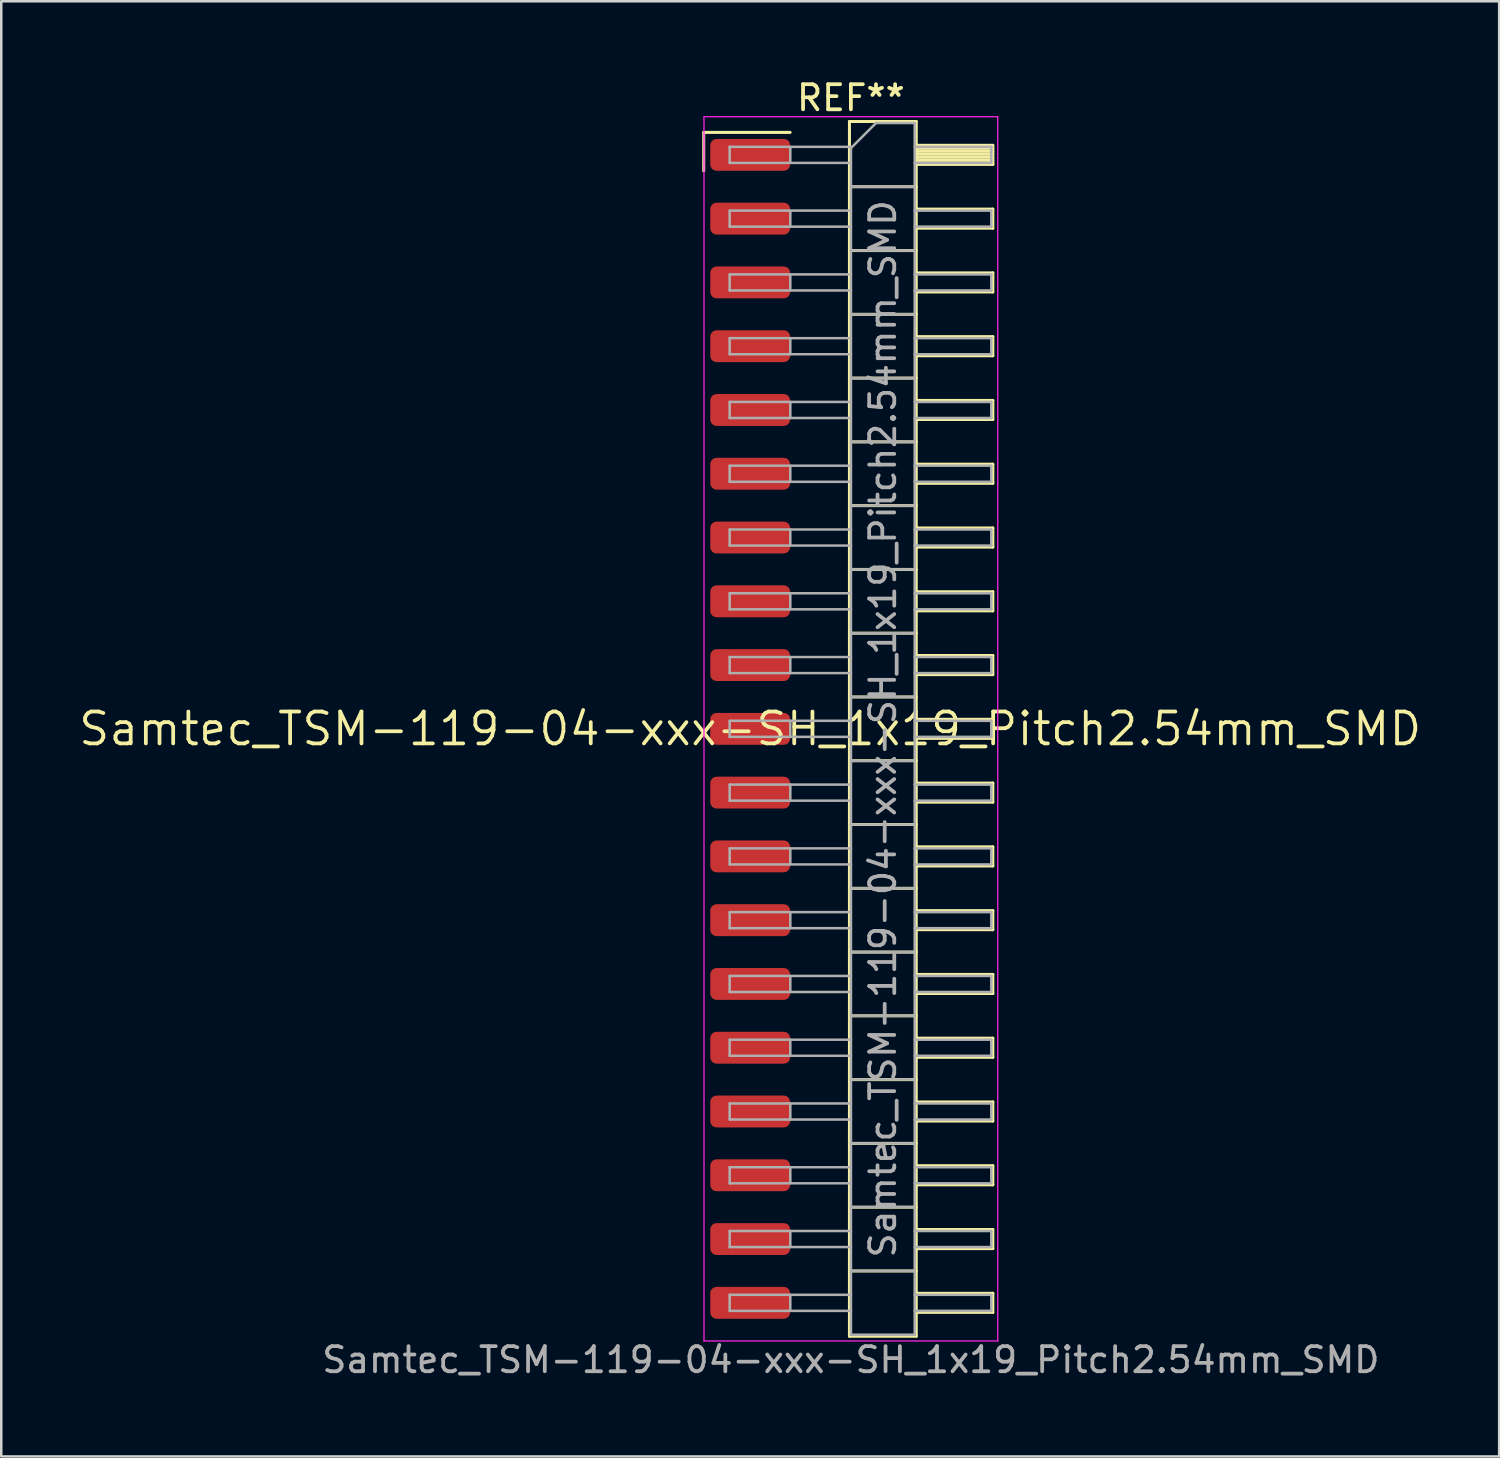
<source format=kicad_pcb>
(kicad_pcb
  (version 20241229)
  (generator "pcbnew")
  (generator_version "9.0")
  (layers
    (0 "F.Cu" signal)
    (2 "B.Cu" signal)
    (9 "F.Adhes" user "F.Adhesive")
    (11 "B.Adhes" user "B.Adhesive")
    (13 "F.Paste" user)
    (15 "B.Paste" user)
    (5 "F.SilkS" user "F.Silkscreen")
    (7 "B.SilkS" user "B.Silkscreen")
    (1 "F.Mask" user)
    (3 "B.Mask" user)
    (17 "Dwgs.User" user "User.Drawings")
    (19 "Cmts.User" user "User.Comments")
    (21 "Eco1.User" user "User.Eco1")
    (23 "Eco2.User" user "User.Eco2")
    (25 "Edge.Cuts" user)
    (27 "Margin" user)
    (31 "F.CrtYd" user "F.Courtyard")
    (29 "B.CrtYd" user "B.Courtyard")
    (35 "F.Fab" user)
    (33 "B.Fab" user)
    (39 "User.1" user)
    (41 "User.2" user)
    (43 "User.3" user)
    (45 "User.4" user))
  (footprint "Samtec_TSM-119-04-xxx-SH_1x19_Pitch2.54mm_SMD"
    (layer "F.Cu")
    (at 26.828 25.978)
    (property "Reference" "Samtec_TSM-119-04-xxx-SH_1x19_Pitch2.54mm_SMD" (at 0 0 0) (layer "F.SilkS") (effects (font (size 1.27 1.27) (thickness 0.15))))
    (attr smd)
    (fp_line (start -1.85 -23.755) (end 1.59 -23.755) (stroke (width 0.12) (type solid)) (layer "F.SilkS"))
    (fp_line (start -1.85 -22.225) (end -1.85 -23.755) (stroke (width 0.12) (type solid)) (layer "F.SilkS"))
    (fp_line (start 3.953 -24.19) (end 6.613 -24.19) (stroke (width 0.12) (type solid)) (layer "F.SilkS"))
    (fp_line (start 3.953 -21.59) (end 6.613 -21.59) (stroke (width 0.12) (type solid)) (layer "F.SilkS"))
    (fp_line (start 3.953 -19.05) (end 6.613 -19.05) (stroke (width 0.12) (type solid)) (layer "F.SilkS"))
    (fp_line (start 3.953 -16.51) (end 6.613 -16.51) (stroke (width 0.12) (type solid)) (layer "F.SilkS"))
    (fp_line (start 3.953 -13.97) (end 6.613 -13.97) (stroke (width 0.12) (type solid)) (layer "F.SilkS"))
    (fp_line (start 3.953 -11.43) (end 6.613 -11.43) (stroke (width 0.12) (type solid)) (layer "F.SilkS"))
    (fp_line (start 3.953 -8.89) (end 6.613 -8.89) (stroke (width 0.12) (type solid)) (layer "F.SilkS"))
    (fp_line (start 3.953 -6.35) (end 6.613 -6.35) (stroke (width 0.12) (type solid)) (layer "F.SilkS"))
    (fp_line (start 3.953 -3.81) (end 6.613 -3.81) (stroke (width 0.12) (type solid)) (layer "F.SilkS"))
    (fp_line (start 3.953 -1.27) (end 6.613 -1.27) (stroke (width 0.12) (type solid)) (layer "F.SilkS"))
    (fp_line (start 3.953 1.27) (end 6.613 1.27) (stroke (width 0.12) (type solid)) (layer "F.SilkS"))
    (fp_line (start 3.953 3.81) (end 6.613 3.81) (stroke (width 0.12) (type solid)) (layer "F.SilkS"))
    (fp_line (start 3.953 6.35) (end 6.613 6.35) (stroke (width 0.12) (type solid)) (layer "F.SilkS"))
    (fp_line (start 3.953 8.89) (end 6.613 8.89) (stroke (width 0.12) (type solid)) (layer "F.SilkS"))
    (fp_line (start 3.953 11.43) (end 6.613 11.43) (stroke (width 0.12) (type solid)) (layer "F.SilkS"))
    (fp_line (start 3.953 13.97) (end 6.613 13.97) (stroke (width 0.12) (type solid)) (layer "F.SilkS"))
    (fp_line (start 3.953 16.51) (end 6.613 16.51) (stroke (width 0.12) (type solid)) (layer "F.SilkS"))
    (fp_line (start 3.953 19.05) (end 6.613 19.05) (stroke (width 0.12) (type solid)) (layer "F.SilkS"))
    (fp_line (start 3.953 21.59) (end 6.613 21.59) (stroke (width 0.12) (type solid)) (layer "F.SilkS"))
    (fp_line (start 3.953 24.19) (end 3.953 -24.19) (stroke (width 0.12) (type solid)) (layer "F.SilkS"))
    (fp_line (start 6.613 -24.19) (end 6.613 24.19) (stroke (width 0.12) (type solid)) (layer "F.SilkS"))
    (fp_line (start 6.613 -23.24) (end 9.663 -23.24) (stroke (width 0.12) (type solid)) (layer "F.SilkS"))
    (fp_line (start 6.613 -23.12) (end 9.663 -23.12) (stroke (width 0.12) (type solid)) (layer "F.SilkS"))
    (fp_line (start 6.613 -23) (end 9.663 -23) (stroke (width 0.12) (type solid)) (layer "F.SilkS"))
    (fp_line (start 6.613 -22.88) (end 9.663 -22.88) (stroke (width 0.12) (type solid)) (layer "F.SilkS"))
    (fp_line (start 6.613 -22.76) (end 9.663 -22.76) (stroke (width 0.12) (type solid)) (layer "F.SilkS"))
    (fp_line (start 6.613 -22.64) (end 9.663 -22.64) (stroke (width 0.12) (type solid)) (layer "F.SilkS"))
    (fp_line (start 6.613 -22.52) (end 9.663 -22.52) (stroke (width 0.12) (type solid)) (layer "F.SilkS"))
    (fp_line (start 6.613 -22.48) (end 9.663 -22.48) (stroke (width 0.12) (type solid)) (layer "F.SilkS"))
    (fp_line (start 6.613 -20.7) (end 9.663 -20.7) (stroke (width 0.12) (type solid)) (layer "F.SilkS"))
    (fp_line (start 6.613 -19.94) (end 9.663 -19.94) (stroke (width 0.12) (type solid)) (layer "F.SilkS"))
    (fp_line (start 6.613 -18.16) (end 9.663 -18.16) (stroke (width 0.12) (type solid)) (layer "F.SilkS"))
    (fp_line (start 6.613 -17.4) (end 9.663 -17.4) (stroke (width 0.12) (type solid)) (layer "F.SilkS"))
    (fp_line (start 6.613 -15.62) (end 9.663 -15.62) (stroke (width 0.12) (type solid)) (layer "F.SilkS"))
    (fp_line (start 6.613 -14.86) (end 9.663 -14.86) (stroke (width 0.12) (type solid)) (layer "F.SilkS"))
    (fp_line (start 6.613 -13.08) (end 9.663 -13.08) (stroke (width 0.12) (type solid)) (layer "F.SilkS"))
    (fp_line (start 6.613 -12.32) (end 9.663 -12.32) (stroke (width 0.12) (type solid)) (layer "F.SilkS"))
    (fp_line (start 6.613 -10.54) (end 9.663 -10.54) (stroke (width 0.12) (type solid)) (layer "F.SilkS"))
    (fp_line (start 6.613 -9.78) (end 9.663 -9.78) (stroke (width 0.12) (type solid)) (layer "F.SilkS"))
    (fp_line (start 6.613 -8) (end 9.663 -8) (stroke (width 0.12) (type solid)) (layer "F.SilkS"))
    (fp_line (start 6.613 -7.24) (end 9.663 -7.24) (stroke (width 0.12) (type solid)) (layer "F.SilkS"))
    (fp_line (start 6.613 -5.46) (end 9.663 -5.46) (stroke (width 0.12) (type solid)) (layer "F.SilkS"))
    (fp_line (start 6.613 -4.7) (end 9.663 -4.7) (stroke (width 0.12) (type solid)) (layer "F.SilkS"))
    (fp_line (start 6.613 -2.92) (end 9.663 -2.92) (stroke (width 0.12) (type solid)) (layer "F.SilkS"))
    (fp_line (start 6.613 -2.16) (end 9.663 -2.16) (stroke (width 0.12) (type solid)) (layer "F.SilkS"))
    (fp_line (start 6.613 -0.38) (end 9.663 -0.38) (stroke (width 0.12) (type solid)) (layer "F.SilkS"))
    (fp_line (start 6.613 0.38) (end 9.663 0.38) (stroke (width 0.12) (type solid)) (layer "F.SilkS"))
    (fp_line (start 6.613 2.16) (end 9.663 2.16) (stroke (width 0.12) (type solid)) (layer "F.SilkS"))
    (fp_line (start 6.613 2.92) (end 9.663 2.92) (stroke (width 0.12) (type solid)) (layer "F.SilkS"))
    (fp_line (start 6.613 4.7) (end 9.663 4.7) (stroke (width 0.12) (type solid)) (layer "F.SilkS"))
    (fp_line (start 6.613 5.46) (end 9.663 5.46) (stroke (width 0.12) (type solid)) (layer "F.SilkS"))
    (fp_line (start 6.613 7.24) (end 9.663 7.24) (stroke (width 0.12) (type solid)) (layer "F.SilkS"))
    (fp_line (start 6.613 8) (end 9.663 8) (stroke (width 0.12) (type solid)) (layer "F.SilkS"))
    (fp_line (start 6.613 9.78) (end 9.663 9.78) (stroke (width 0.12) (type solid)) (layer "F.SilkS"))
    (fp_line (start 6.613 10.54) (end 9.663 10.54) (stroke (width 0.12) (type solid)) (layer "F.SilkS"))
    (fp_line (start 6.613 12.32) (end 9.663 12.32) (stroke (width 0.12) (type solid)) (layer "F.SilkS"))
    (fp_line (start 6.613 13.08) (end 9.663 13.08) (stroke (width 0.12) (type solid)) (layer "F.SilkS"))
    (fp_line (start 6.613 14.86) (end 9.663 14.86) (stroke (width 0.12) (type solid)) (layer "F.SilkS"))
    (fp_line (start 6.613 15.62) (end 9.663 15.62) (stroke (width 0.12) (type solid)) (layer "F.SilkS"))
    (fp_line (start 6.613 17.4) (end 9.663 17.4) (stroke (width 0.12) (type solid)) (layer "F.SilkS"))
    (fp_line (start 6.613 18.16) (end 9.663 18.16) (stroke (width 0.12) (type solid)) (layer "F.SilkS"))
    (fp_line (start 6.613 19.94) (end 9.663 19.94) (stroke (width 0.12) (type solid)) (layer "F.SilkS"))
    (fp_line (start 6.613 20.7) (end 9.663 20.7) (stroke (width 0.12) (type solid)) (layer "F.SilkS"))
    (fp_line (start 6.613 22.48) (end 9.663 22.48) (stroke (width 0.12) (type solid)) (layer "F.SilkS"))
    (fp_line (start 6.613 23.24) (end 9.663 23.24) (stroke (width 0.12) (type solid)) (layer "F.SilkS"))
    (fp_line (start 6.613 24.19) (end 3.953 24.19) (stroke (width 0.12) (type solid)) (layer "F.SilkS"))
    (fp_line (start 9.663 -23.24) (end 9.663 -22.48) (stroke (width 0.12) (type solid)) (layer "F.SilkS"))
    (fp_line (start 9.663 -20.7) (end 9.663 -19.94) (stroke (width 0.12) (type solid)) (layer "F.SilkS"))
    (fp_line (start 9.663 -18.16) (end 9.663 -17.4) (stroke (width 0.12) (type solid)) (layer "F.SilkS"))
    (fp_line (start 9.663 -15.62) (end 9.663 -14.86) (stroke (width 0.12) (type solid)) (layer "F.SilkS"))
    (fp_line (start 9.663 -13.08) (end 9.663 -12.32) (stroke (width 0.12) (type solid)) (layer "F.SilkS"))
    (fp_line (start 9.663 -10.54) (end 9.663 -9.78) (stroke (width 0.12) (type solid)) (layer "F.SilkS"))
    (fp_line (start 9.663 -8) (end 9.663 -7.24) (stroke (width 0.12) (type solid)) (layer "F.SilkS"))
    (fp_line (start 9.663 -5.46) (end 9.663 -4.7) (stroke (width 0.12) (type solid)) (layer "F.SilkS"))
    (fp_line (start 9.663 -2.92) (end 9.663 -2.16) (stroke (width 0.12) (type solid)) (layer "F.SilkS"))
    (fp_line (start 9.663 -0.38) (end 9.663 0.38) (stroke (width 0.12) (type solid)) (layer "F.SilkS"))
    (fp_line (start 9.663 2.16) (end 9.663 2.92) (stroke (width 0.12) (type solid)) (layer "F.SilkS"))
    (fp_line (start 9.663 4.7) (end 9.663 5.46) (stroke (width 0.12) (type solid)) (layer "F.SilkS"))
    (fp_line (start 9.663 7.24) (end 9.663 8) (stroke (width 0.12) (type solid)) (layer "F.SilkS"))
    (fp_line (start 9.663 9.78) (end 9.663 10.54) (stroke (width 0.12) (type solid)) (layer "F.SilkS"))
    (fp_line (start 9.663 12.32) (end 9.663 13.08) (stroke (width 0.12) (type solid)) (layer "F.SilkS"))
    (fp_line (start 9.663 14.86) (end 9.663 15.62) (stroke (width 0.12) (type solid)) (layer "F.SilkS"))
    (fp_line (start 9.663 17.4) (end 9.663 18.16) (stroke (width 0.12) (type solid)) (layer "F.SilkS"))
    (fp_line (start 9.663 19.94) (end 9.663 20.7) (stroke (width 0.12) (type solid)) (layer "F.SilkS"))
    (fp_line (start 9.663 22.48) (end 9.663 23.24) (stroke (width 0.12) (type solid)) (layer "F.SilkS"))
    (fp_line (start -1.84 -24.38) (end 9.86 -24.38) (stroke (width 0.05) (type solid)) (layer "F.CrtYd"))
    (fp_line (start -1.84 24.38) (end -1.84 -24.38) (stroke (width 0.05) (type solid)) (layer "F.CrtYd"))
    (fp_line (start 9.86 -24.38) (end 9.86 24.38) (stroke (width 0.05) (type solid)) (layer "F.CrtYd"))
    (fp_line (start 9.86 24.38) (end -1.84 24.38) (stroke (width 0.05) (type solid)) (layer "F.CrtYd"))
    (fp_line (start -0.817 -23.18) (end -0.817 -22.54) (stroke (width 0.1) (type solid)) (layer "F.Fab"))
    (fp_line (start -0.817 -23.18) (end 4.013 -23.18) (stroke (width 0.1) (type solid)) (layer "F.Fab"))
    (fp_line (start -0.817 -22.54) (end 4.013 -22.54) (stroke (width 0.1) (type solid)) (layer "F.Fab"))
    (fp_line (start -0.817 -20.64) (end -0.817 -20) (stroke (width 0.1) (type solid)) (layer "F.Fab"))
    (fp_line (start -0.817 -20.64) (end 4.013 -20.64) (stroke (width 0.1) (type solid)) (layer "F.Fab"))
    (fp_line (start -0.817 -20) (end 4.013 -20) (stroke (width 0.1) (type solid)) (layer "F.Fab"))
    (fp_line (start -0.817 -18.1) (end -0.817 -17.46) (stroke (width 0.1) (type solid)) (layer "F.Fab"))
    (fp_line (start -0.817 -18.1) (end 4.013 -18.1) (stroke (width 0.1) (type solid)) (layer "F.Fab"))
    (fp_line (start -0.817 -17.46) (end 4.013 -17.46) (stroke (width 0.1) (type solid)) (layer "F.Fab"))
    (fp_line (start -0.817 -15.56) (end -0.817 -14.92) (stroke (width 0.1) (type solid)) (layer "F.Fab"))
    (fp_line (start -0.817 -15.56) (end 4.013 -15.56) (stroke (width 0.1) (type solid)) (layer "F.Fab"))
    (fp_line (start -0.817 -14.92) (end 4.013 -14.92) (stroke (width 0.1) (type solid)) (layer "F.Fab"))
    (fp_line (start -0.817 -13.02) (end -0.817 -12.38) (stroke (width 0.1) (type solid)) (layer "F.Fab"))
    (fp_line (start -0.817 -13.02) (end 4.013 -13.02) (stroke (width 0.1) (type solid)) (layer "F.Fab"))
    (fp_line (start -0.817 -12.38) (end 4.013 -12.38) (stroke (width 0.1) (type solid)) (layer "F.Fab"))
    (fp_line (start -0.817 -10.48) (end -0.817 -9.84) (stroke (width 0.1) (type solid)) (layer "F.Fab"))
    (fp_line (start -0.817 -10.48) (end 4.013 -10.48) (stroke (width 0.1) (type solid)) (layer "F.Fab"))
    (fp_line (start -0.817 -9.84) (end 4.013 -9.84) (stroke (width 0.1) (type solid)) (layer "F.Fab"))
    (fp_line (start -0.817 -7.94) (end -0.817 -7.3) (stroke (width 0.1) (type solid)) (layer "F.Fab"))
    (fp_line (start -0.817 -7.94) (end 4.013 -7.94) (stroke (width 0.1) (type solid)) (layer "F.Fab"))
    (fp_line (start -0.817 -7.3) (end 4.013 -7.3) (stroke (width 0.1) (type solid)) (layer "F.Fab"))
    (fp_line (start -0.817 -5.4) (end -0.817 -4.76) (stroke (width 0.1) (type solid)) (layer "F.Fab"))
    (fp_line (start -0.817 -5.4) (end 4.013 -5.4) (stroke (width 0.1) (type solid)) (layer "F.Fab"))
    (fp_line (start -0.817 -4.76) (end 4.013 -4.76) (stroke (width 0.1) (type solid)) (layer "F.Fab"))
    (fp_line (start -0.817 -2.86) (end -0.817 -2.22) (stroke (width 0.1) (type solid)) (layer "F.Fab"))
    (fp_line (start -0.817 -2.86) (end 4.013 -2.86) (stroke (width 0.1) (type solid)) (layer "F.Fab"))
    (fp_line (start -0.817 -2.22) (end 4.013 -2.22) (stroke (width 0.1) (type solid)) (layer "F.Fab"))
    (fp_line (start -0.817 -0.32) (end -0.817 0.32) (stroke (width 0.1) (type solid)) (layer "F.Fab"))
    (fp_line (start -0.817 -0.32) (end 4.013 -0.32) (stroke (width 0.1) (type solid)) (layer "F.Fab"))
    (fp_line (start -0.817 0.32) (end 4.013 0.32) (stroke (width 0.1) (type solid)) (layer "F.Fab"))
    (fp_line (start -0.817 2.22) (end -0.817 2.86) (stroke (width 0.1) (type solid)) (layer "F.Fab"))
    (fp_line (start -0.817 2.22) (end 4.013 2.22) (stroke (width 0.1) (type solid)) (layer "F.Fab"))
    (fp_line (start -0.817 2.86) (end 4.013 2.86) (stroke (width 0.1) (type solid)) (layer "F.Fab"))
    (fp_line (start -0.817 4.76) (end -0.817 5.4) (stroke (width 0.1) (type solid)) (layer "F.Fab"))
    (fp_line (start -0.817 4.76) (end 4.013 4.76) (stroke (width 0.1) (type solid)) (layer "F.Fab"))
    (fp_line (start -0.817 5.4) (end 4.013 5.4) (stroke (width 0.1) (type solid)) (layer "F.Fab"))
    (fp_line (start -0.817 7.3) (end -0.817 7.94) (stroke (width 0.1) (type solid)) (layer "F.Fab"))
    (fp_line (start -0.817 7.3) (end 4.013 7.3) (stroke (width 0.1) (type solid)) (layer "F.Fab"))
    (fp_line (start -0.817 7.94) (end 4.013 7.94) (stroke (width 0.1) (type solid)) (layer "F.Fab"))
    (fp_line (start -0.817 9.84) (end -0.817 10.48) (stroke (width 0.1) (type solid)) (layer "F.Fab"))
    (fp_line (start -0.817 9.84) (end 4.013 9.84) (stroke (width 0.1) (type solid)) (layer "F.Fab"))
    (fp_line (start -0.817 10.48) (end 4.013 10.48) (stroke (width 0.1) (type solid)) (layer "F.Fab"))
    (fp_line (start -0.817 12.38) (end -0.817 13.02) (stroke (width 0.1) (type solid)) (layer "F.Fab"))
    (fp_line (start -0.817 12.38) (end 4.013 12.38) (stroke (width 0.1) (type solid)) (layer "F.Fab"))
    (fp_line (start -0.817 13.02) (end 4.013 13.02) (stroke (width 0.1) (type solid)) (layer "F.Fab"))
    (fp_line (start -0.817 14.92) (end -0.817 15.56) (stroke (width 0.1) (type solid)) (layer "F.Fab"))
    (fp_line (start -0.817 14.92) (end 4.013 14.92) (stroke (width 0.1) (type solid)) (layer "F.Fab"))
    (fp_line (start -0.817 15.56) (end 4.013 15.56) (stroke (width 0.1) (type solid)) (layer "F.Fab"))
    (fp_line (start -0.817 17.46) (end -0.817 18.1) (stroke (width 0.1) (type solid)) (layer "F.Fab"))
    (fp_line (start -0.817 17.46) (end 4.013 17.46) (stroke (width 0.1) (type solid)) (layer "F.Fab"))
    (fp_line (start -0.817 18.1) (end 4.013 18.1) (stroke (width 0.1) (type solid)) (layer "F.Fab"))
    (fp_line (start -0.817 20) (end -0.817 20.64) (stroke (width 0.1) (type solid)) (layer "F.Fab"))
    (fp_line (start -0.817 20) (end 4.013 20) (stroke (width 0.1) (type solid)) (layer "F.Fab"))
    (fp_line (start -0.817 20.64) (end 4.013 20.64) (stroke (width 0.1) (type solid)) (layer "F.Fab"))
    (fp_line (start -0.817 22.54) (end -0.817 23.18) (stroke (width 0.1) (type solid)) (layer "F.Fab"))
    (fp_line (start -0.817 22.54) (end 4.013 22.54) (stroke (width 0.1) (type solid)) (layer "F.Fab"))
    (fp_line (start -0.817 23.18) (end 4.013 23.18) (stroke (width 0.1) (type solid)) (layer "F.Fab"))
    (fp_line (start 1.598 -23.18) (end 1.598 -22.54) (stroke (width 0.1) (type solid)) (layer "F.Fab"))
    (fp_line (start 1.598 -20.64) (end 1.598 -20) (stroke (width 0.1) (type solid)) (layer "F.Fab"))
    (fp_line (start 1.598 -18.1) (end 1.598 -17.46) (stroke (width 0.1) (type solid)) (layer "F.Fab"))
    (fp_line (start 1.598 -15.56) (end 1.598 -14.92) (stroke (width 0.1) (type solid)) (layer "F.Fab"))
    (fp_line (start 1.598 -13.02) (end 1.598 -12.38) (stroke (width 0.1) (type solid)) (layer "F.Fab"))
    (fp_line (start 1.598 -10.48) (end 1.598 -9.84) (stroke (width 0.1) (type solid)) (layer "F.Fab"))
    (fp_line (start 1.598 -7.94) (end 1.598 -7.3) (stroke (width 0.1) (type solid)) (layer "F.Fab"))
    (fp_line (start 1.598 -5.4) (end 1.598 -4.76) (stroke (width 0.1) (type solid)) (layer "F.Fab"))
    (fp_line (start 1.598 -2.86) (end 1.598 -2.22) (stroke (width 0.1) (type solid)) (layer "F.Fab"))
    (fp_line (start 1.598 -0.32) (end 1.598 0.32) (stroke (width 0.1) (type solid)) (layer "F.Fab"))
    (fp_line (start 1.598 2.22) (end 1.598 2.86) (stroke (width 0.1) (type solid)) (layer "F.Fab"))
    (fp_line (start 1.598 4.76) (end 1.598 5.4) (stroke (width 0.1) (type solid)) (layer "F.Fab"))
    (fp_line (start 1.598 7.3) (end 1.598 7.94) (stroke (width 0.1) (type solid)) (layer "F.Fab"))
    (fp_line (start 1.598 9.84) (end 1.598 10.48) (stroke (width 0.1) (type solid)) (layer "F.Fab"))
    (fp_line (start 1.598 12.38) (end 1.598 13.02) (stroke (width 0.1) (type solid)) (layer "F.Fab"))
    (fp_line (start 1.598 14.92) (end 1.598 15.56) (stroke (width 0.1) (type solid)) (layer "F.Fab"))
    (fp_line (start 1.598 17.46) (end 1.598 18.1) (stroke (width 0.1) (type solid)) (layer "F.Fab"))
    (fp_line (start 1.598 20) (end 1.598 20.64) (stroke (width 0.1) (type solid)) (layer "F.Fab"))
    (fp_line (start 1.598 22.54) (end 1.598 23.18) (stroke (width 0.1) (type solid)) (layer "F.Fab"))
    (fp_line (start 4.013 -23.13) (end 5.013 -24.13) (stroke (width 0.1) (type solid)) (layer "F.Fab"))
    (fp_line (start 4.013 -21.59) (end 6.553 -21.59) (stroke (width 0.1) (type solid)) (layer "F.Fab"))
    (fp_line (start 4.013 -19.05) (end 6.553 -19.05) (stroke (width 0.1) (type solid)) (layer "F.Fab"))
    (fp_line (start 4.013 -16.51) (end 6.553 -16.51) (stroke (width 0.1) (type solid)) (layer "F.Fab"))
    (fp_line (start 4.013 -13.97) (end 6.553 -13.97) (stroke (width 0.1) (type solid)) (layer "F.Fab"))
    (fp_line (start 4.013 -11.43) (end 6.553 -11.43) (stroke (width 0.1) (type solid)) (layer "F.Fab"))
    (fp_line (start 4.013 -8.89) (end 6.553 -8.89) (stroke (width 0.1) (type solid)) (layer "F.Fab"))
    (fp_line (start 4.013 -6.35) (end 6.553 -6.35) (stroke (width 0.1) (type solid)) (layer "F.Fab"))
    (fp_line (start 4.013 -3.81) (end 6.553 -3.81) (stroke (width 0.1) (type solid)) (layer "F.Fab"))
    (fp_line (start 4.013 -1.27) (end 6.553 -1.27) (stroke (width 0.1) (type solid)) (layer "F.Fab"))
    (fp_line (start 4.013 1.27) (end 6.553 1.27) (stroke (width 0.1) (type solid)) (layer "F.Fab"))
    (fp_line (start 4.013 3.81) (end 6.553 3.81) (stroke (width 0.1) (type solid)) (layer "F.Fab"))
    (fp_line (start 4.013 6.35) (end 6.553 6.35) (stroke (width 0.1) (type solid)) (layer "F.Fab"))
    (fp_line (start 4.013 8.89) (end 6.553 8.89) (stroke (width 0.1) (type solid)) (layer "F.Fab"))
    (fp_line (start 4.013 11.43) (end 6.553 11.43) (stroke (width 0.1) (type solid)) (layer "F.Fab"))
    (fp_line (start 4.013 13.97) (end 6.553 13.97) (stroke (width 0.1) (type solid)) (layer "F.Fab"))
    (fp_line (start 4.013 16.51) (end 6.553 16.51) (stroke (width 0.1) (type solid)) (layer "F.Fab"))
    (fp_line (start 4.013 19.05) (end 6.553 19.05) (stroke (width 0.1) (type solid)) (layer "F.Fab"))
    (fp_line (start 4.013 21.59) (end 6.553 21.59) (stroke (width 0.1) (type solid)) (layer "F.Fab"))
    (fp_line (start 4.013 24.13) (end 4.013 -23.13) (stroke (width 0.1) (type solid)) (layer "F.Fab"))
    (fp_line (start 5.013 -24.13) (end 6.553 -24.13) (stroke (width 0.1) (type solid)) (layer "F.Fab"))
    (fp_line (start 6.553 -24.13) (end 6.553 24.13) (stroke (width 0.1) (type solid)) (layer "F.Fab"))
    (fp_line (start 6.553 -23.18) (end 9.603 -23.18) (stroke (width 0.1) (type solid)) (layer "F.Fab"))
    (fp_line (start 6.553 -22.54) (end 9.603 -22.54) (stroke (width 0.1) (type solid)) (layer "F.Fab"))
    (fp_line (start 6.553 -20.64) (end 9.603 -20.64) (stroke (width 0.1) (type solid)) (layer "F.Fab"))
    (fp_line (start 6.553 -20) (end 9.603 -20) (stroke (width 0.1) (type solid)) (layer "F.Fab"))
    (fp_line (start 6.553 -18.1) (end 9.603 -18.1) (stroke (width 0.1) (type solid)) (layer "F.Fab"))
    (fp_line (start 6.553 -17.46) (end 9.603 -17.46) (stroke (width 0.1) (type solid)) (layer "F.Fab"))
    (fp_line (start 6.553 -15.56) (end 9.603 -15.56) (stroke (width 0.1) (type solid)) (layer "F.Fab"))
    (fp_line (start 6.553 -14.92) (end 9.603 -14.92) (stroke (width 0.1) (type solid)) (layer "F.Fab"))
    (fp_line (start 6.553 -13.02) (end 9.603 -13.02) (stroke (width 0.1) (type solid)) (layer "F.Fab"))
    (fp_line (start 6.553 -12.38) (end 9.603 -12.38) (stroke (width 0.1) (type solid)) (layer "F.Fab"))
    (fp_line (start 6.553 -10.48) (end 9.603 -10.48) (stroke (width 0.1) (type solid)) (layer "F.Fab"))
    (fp_line (start 6.553 -9.84) (end 9.603 -9.84) (stroke (width 0.1) (type solid)) (layer "F.Fab"))
    (fp_line (start 6.553 -7.94) (end 9.603 -7.94) (stroke (width 0.1) (type solid)) (layer "F.Fab"))
    (fp_line (start 6.553 -7.3) (end 9.603 -7.3) (stroke (width 0.1) (type solid)) (layer "F.Fab"))
    (fp_line (start 6.553 -5.4) (end 9.603 -5.4) (stroke (width 0.1) (type solid)) (layer "F.Fab"))
    (fp_line (start 6.553 -4.76) (end 9.603 -4.76) (stroke (width 0.1) (type solid)) (layer "F.Fab"))
    (fp_line (start 6.553 -2.86) (end 9.603 -2.86) (stroke (width 0.1) (type solid)) (layer "F.Fab"))
    (fp_line (start 6.553 -2.22) (end 9.603 -2.22) (stroke (width 0.1) (type solid)) (layer "F.Fab"))
    (fp_line (start 6.553 -0.32) (end 9.603 -0.32) (stroke (width 0.1) (type solid)) (layer "F.Fab"))
    (fp_line (start 6.553 0.32) (end 9.603 0.32) (stroke (width 0.1) (type solid)) (layer "F.Fab"))
    (fp_line (start 6.553 2.22) (end 9.603 2.22) (stroke (width 0.1) (type solid)) (layer "F.Fab"))
    (fp_line (start 6.553 2.86) (end 9.603 2.86) (stroke (width 0.1) (type solid)) (layer "F.Fab"))
    (fp_line (start 6.553 4.76) (end 9.603 4.76) (stroke (width 0.1) (type solid)) (layer "F.Fab"))
    (fp_line (start 6.553 5.4) (end 9.603 5.4) (stroke (width 0.1) (type solid)) (layer "F.Fab"))
    (fp_line (start 6.553 7.3) (end 9.603 7.3) (stroke (width 0.1) (type solid)) (layer "F.Fab"))
    (fp_line (start 6.553 7.94) (end 9.603 7.94) (stroke (width 0.1) (type solid)) (layer "F.Fab"))
    (fp_line (start 6.553 9.84) (end 9.603 9.84) (stroke (width 0.1) (type solid)) (layer "F.Fab"))
    (fp_line (start 6.553 10.48) (end 9.603 10.48) (stroke (width 0.1) (type solid)) (layer "F.Fab"))
    (fp_line (start 6.553 12.38) (end 9.603 12.38) (stroke (width 0.1) (type solid)) (layer "F.Fab"))
    (fp_line (start 6.553 13.02) (end 9.603 13.02) (stroke (width 0.1) (type solid)) (layer "F.Fab"))
    (fp_line (start 6.553 14.92) (end 9.603 14.92) (stroke (width 0.1) (type solid)) (layer "F.Fab"))
    (fp_line (start 6.553 15.56) (end 9.603 15.56) (stroke (width 0.1) (type solid)) (layer "F.Fab"))
    (fp_line (start 6.553 17.46) (end 9.603 17.46) (stroke (width 0.1) (type solid)) (layer "F.Fab"))
    (fp_line (start 6.553 18.1) (end 9.603 18.1) (stroke (width 0.1) (type solid)) (layer "F.Fab"))
    (fp_line (start 6.553 20) (end 9.603 20) (stroke (width 0.1) (type solid)) (layer "F.Fab"))
    (fp_line (start 6.553 20.64) (end 9.603 20.64) (stroke (width 0.1) (type solid)) (layer "F.Fab"))
    (fp_line (start 6.553 22.54) (end 9.603 22.54) (stroke (width 0.1) (type solid)) (layer "F.Fab"))
    (fp_line (start 6.553 23.18) (end 9.603 23.18) (stroke (width 0.1) (type solid)) (layer "F.Fab"))
    (fp_line (start 6.553 24.13) (end 4.013 24.13) (stroke (width 0.1) (type solid)) (layer "F.Fab"))
    (fp_line (start 9.603 -23.18) (end 9.603 -22.54) (stroke (width 0.1) (type solid)) (layer "F.Fab"))
    (fp_line (start 9.603 -20.64) (end 9.603 -20) (stroke (width 0.1) (type solid)) (layer "F.Fab"))
    (fp_line (start 9.603 -18.1) (end 9.603 -17.46) (stroke (width 0.1) (type solid)) (layer "F.Fab"))
    (fp_line (start 9.603 -15.56) (end 9.603 -14.92) (stroke (width 0.1) (type solid)) (layer "F.Fab"))
    (fp_line (start 9.603 -13.02) (end 9.603 -12.38) (stroke (width 0.1) (type solid)) (layer "F.Fab"))
    (fp_line (start 9.603 -10.48) (end 9.603 -9.84) (stroke (width 0.1) (type solid)) (layer "F.Fab"))
    (fp_line (start 9.603 -7.94) (end 9.603 -7.3) (stroke (width 0.1) (type solid)) (layer "F.Fab"))
    (fp_line (start 9.603 -5.4) (end 9.603 -4.76) (stroke (width 0.1) (type solid)) (layer "F.Fab"))
    (fp_line (start 9.603 -2.86) (end 9.603 -2.22) (stroke (width 0.1) (type solid)) (layer "F.Fab"))
    (fp_line (start 9.603 -0.32) (end 9.603 0.32) (stroke (width 0.1) (type solid)) (layer "F.Fab"))
    (fp_line (start 9.603 2.22) (end 9.603 2.86) (stroke (width 0.1) (type solid)) (layer "F.Fab"))
    (fp_line (start 9.603 4.76) (end 9.603 5.4) (stroke (width 0.1) (type solid)) (layer "F.Fab"))
    (fp_line (start 9.603 7.3) (end 9.603 7.94) (stroke (width 0.1) (type solid)) (layer "F.Fab"))
    (fp_line (start 9.603 9.84) (end 9.603 10.48) (stroke (width 0.1) (type solid)) (layer "F.Fab"))
    (fp_line (start 9.603 12.38) (end 9.603 13.02) (stroke (width 0.1) (type solid)) (layer "F.Fab"))
    (fp_line (start 9.603 14.92) (end 9.603 15.56) (stroke (width 0.1) (type solid)) (layer "F.Fab"))
    (fp_line (start 9.603 17.46) (end 9.603 18.1) (stroke (width 0.1) (type solid)) (layer "F.Fab"))
    (fp_line (start 9.603 20) (end 9.603 20.64) (stroke (width 0.1) (type solid)) (layer "F.Fab"))
    (fp_line (start 9.603 22.54) (end 9.603 23.18) (stroke (width 0.1) (type solid)) (layer "F.Fab"))
    (fp_text user "REF**" (at 4.01 -25.13 0) (layer "F.SilkS") (effects (font (size 1 1) (thickness 0.15))))
    (fp_text user "Samtec_TSM-119-04-xxx-SH_1x19_Pitch2.54mm_SMD" (at 4.01 25.13 0) (layer "F.Fab") (effects (font (size 1 1) (thickness 0.15))))
    (fp_text user "${REFERENCE}" (at 5.283 0 90) (layer "F.Fab") (effects (font (size 1 1) (thickness 0.15))))
    (pad "1" smd roundrect (at 0 -22.86) (size 3.18 1.27) (layers "F.Cu" "F.Mask" "F.Paste") (roundrect_rratio 0.197))
    (pad "2" smd roundrect (at 0 -20.32) (size 3.18 1.27) (layers "F.Cu" "F.Mask" "F.Paste") (roundrect_rratio 0.197))
    (pad "3" smd roundrect (at 0 -17.78) (size 3.18 1.27) (layers "F.Cu" "F.Mask" "F.Paste") (roundrect_rratio 0.197))
    (pad "4" smd roundrect (at 0 -15.24) (size 3.18 1.27) (layers "F.Cu" "F.Mask" "F.Paste") (roundrect_rratio 0.197))
    (pad "5" smd roundrect (at 0 -12.7) (size 3.18 1.27) (layers "F.Cu" "F.Mask" "F.Paste") (roundrect_rratio 0.197))
    (pad "6" smd roundrect (at 0 -10.16) (size 3.18 1.27) (layers "F.Cu" "F.Mask" "F.Paste") (roundrect_rratio 0.197))
    (pad "7" smd roundrect (at 0 -7.62) (size 3.18 1.27) (layers "F.Cu" "F.Mask" "F.Paste") (roundrect_rratio 0.197))
    (pad "8" smd roundrect (at 0 -5.08) (size 3.18 1.27) (layers "F.Cu" "F.Mask" "F.Paste") (roundrect_rratio 0.197))
    (pad "9" smd roundrect (at 0 -2.54) (size 3.18 1.27) (layers "F.Cu" "F.Mask" "F.Paste") (roundrect_rratio 0.197))
    (pad "10" smd roundrect (at 0 0) (size 3.18 1.27) (layers "F.Cu" "F.Mask" "F.Paste") (roundrect_rratio 0.197))
    (pad "11" smd roundrect (at 0 2.54) (size 3.18 1.27) (layers "F.Cu" "F.Mask" "F.Paste") (roundrect_rratio 0.197))
    (pad "12" smd roundrect (at 0 5.08) (size 3.18 1.27) (layers "F.Cu" "F.Mask" "F.Paste") (roundrect_rratio 0.197))
    (pad "13" smd roundrect (at 0 7.62) (size 3.18 1.27) (layers "F.Cu" "F.Mask" "F.Paste") (roundrect_rratio 0.197))
    (pad "14" smd roundrect (at 0 10.16) (size 3.18 1.27) (layers "F.Cu" "F.Mask" "F.Paste") (roundrect_rratio 0.197))
    (pad "15" smd roundrect (at 0 12.7) (size 3.18 1.27) (layers "F.Cu" "F.Mask" "F.Paste") (roundrect_rratio 0.197))
    (pad "16" smd roundrect (at 0 15.24) (size 3.18 1.27) (layers "F.Cu" "F.Mask" "F.Paste") (roundrect_rratio 0.197))
    (pad "17" smd roundrect (at 0 17.78) (size 3.18 1.27) (layers "F.Cu" "F.Mask" "F.Paste") (roundrect_rratio 0.197))
    (pad "18" smd roundrect (at 0 20.32) (size 3.18 1.27) (layers "F.Cu" "F.Mask" "F.Paste") (roundrect_rratio 0.197))
    (pad "19" smd roundrect (at 0 22.86) (size 3.18 1.27) (layers "F.Cu" "F.Mask" "F.Paste") (roundrect_rratio 0.197)))
  (gr_rect
    (start -3 -3)
    (end 56.657 54.956)
    (stroke (width 0.1) (type default))
    (fill no)
    (layer "Edge.Cuts")))
</source>
